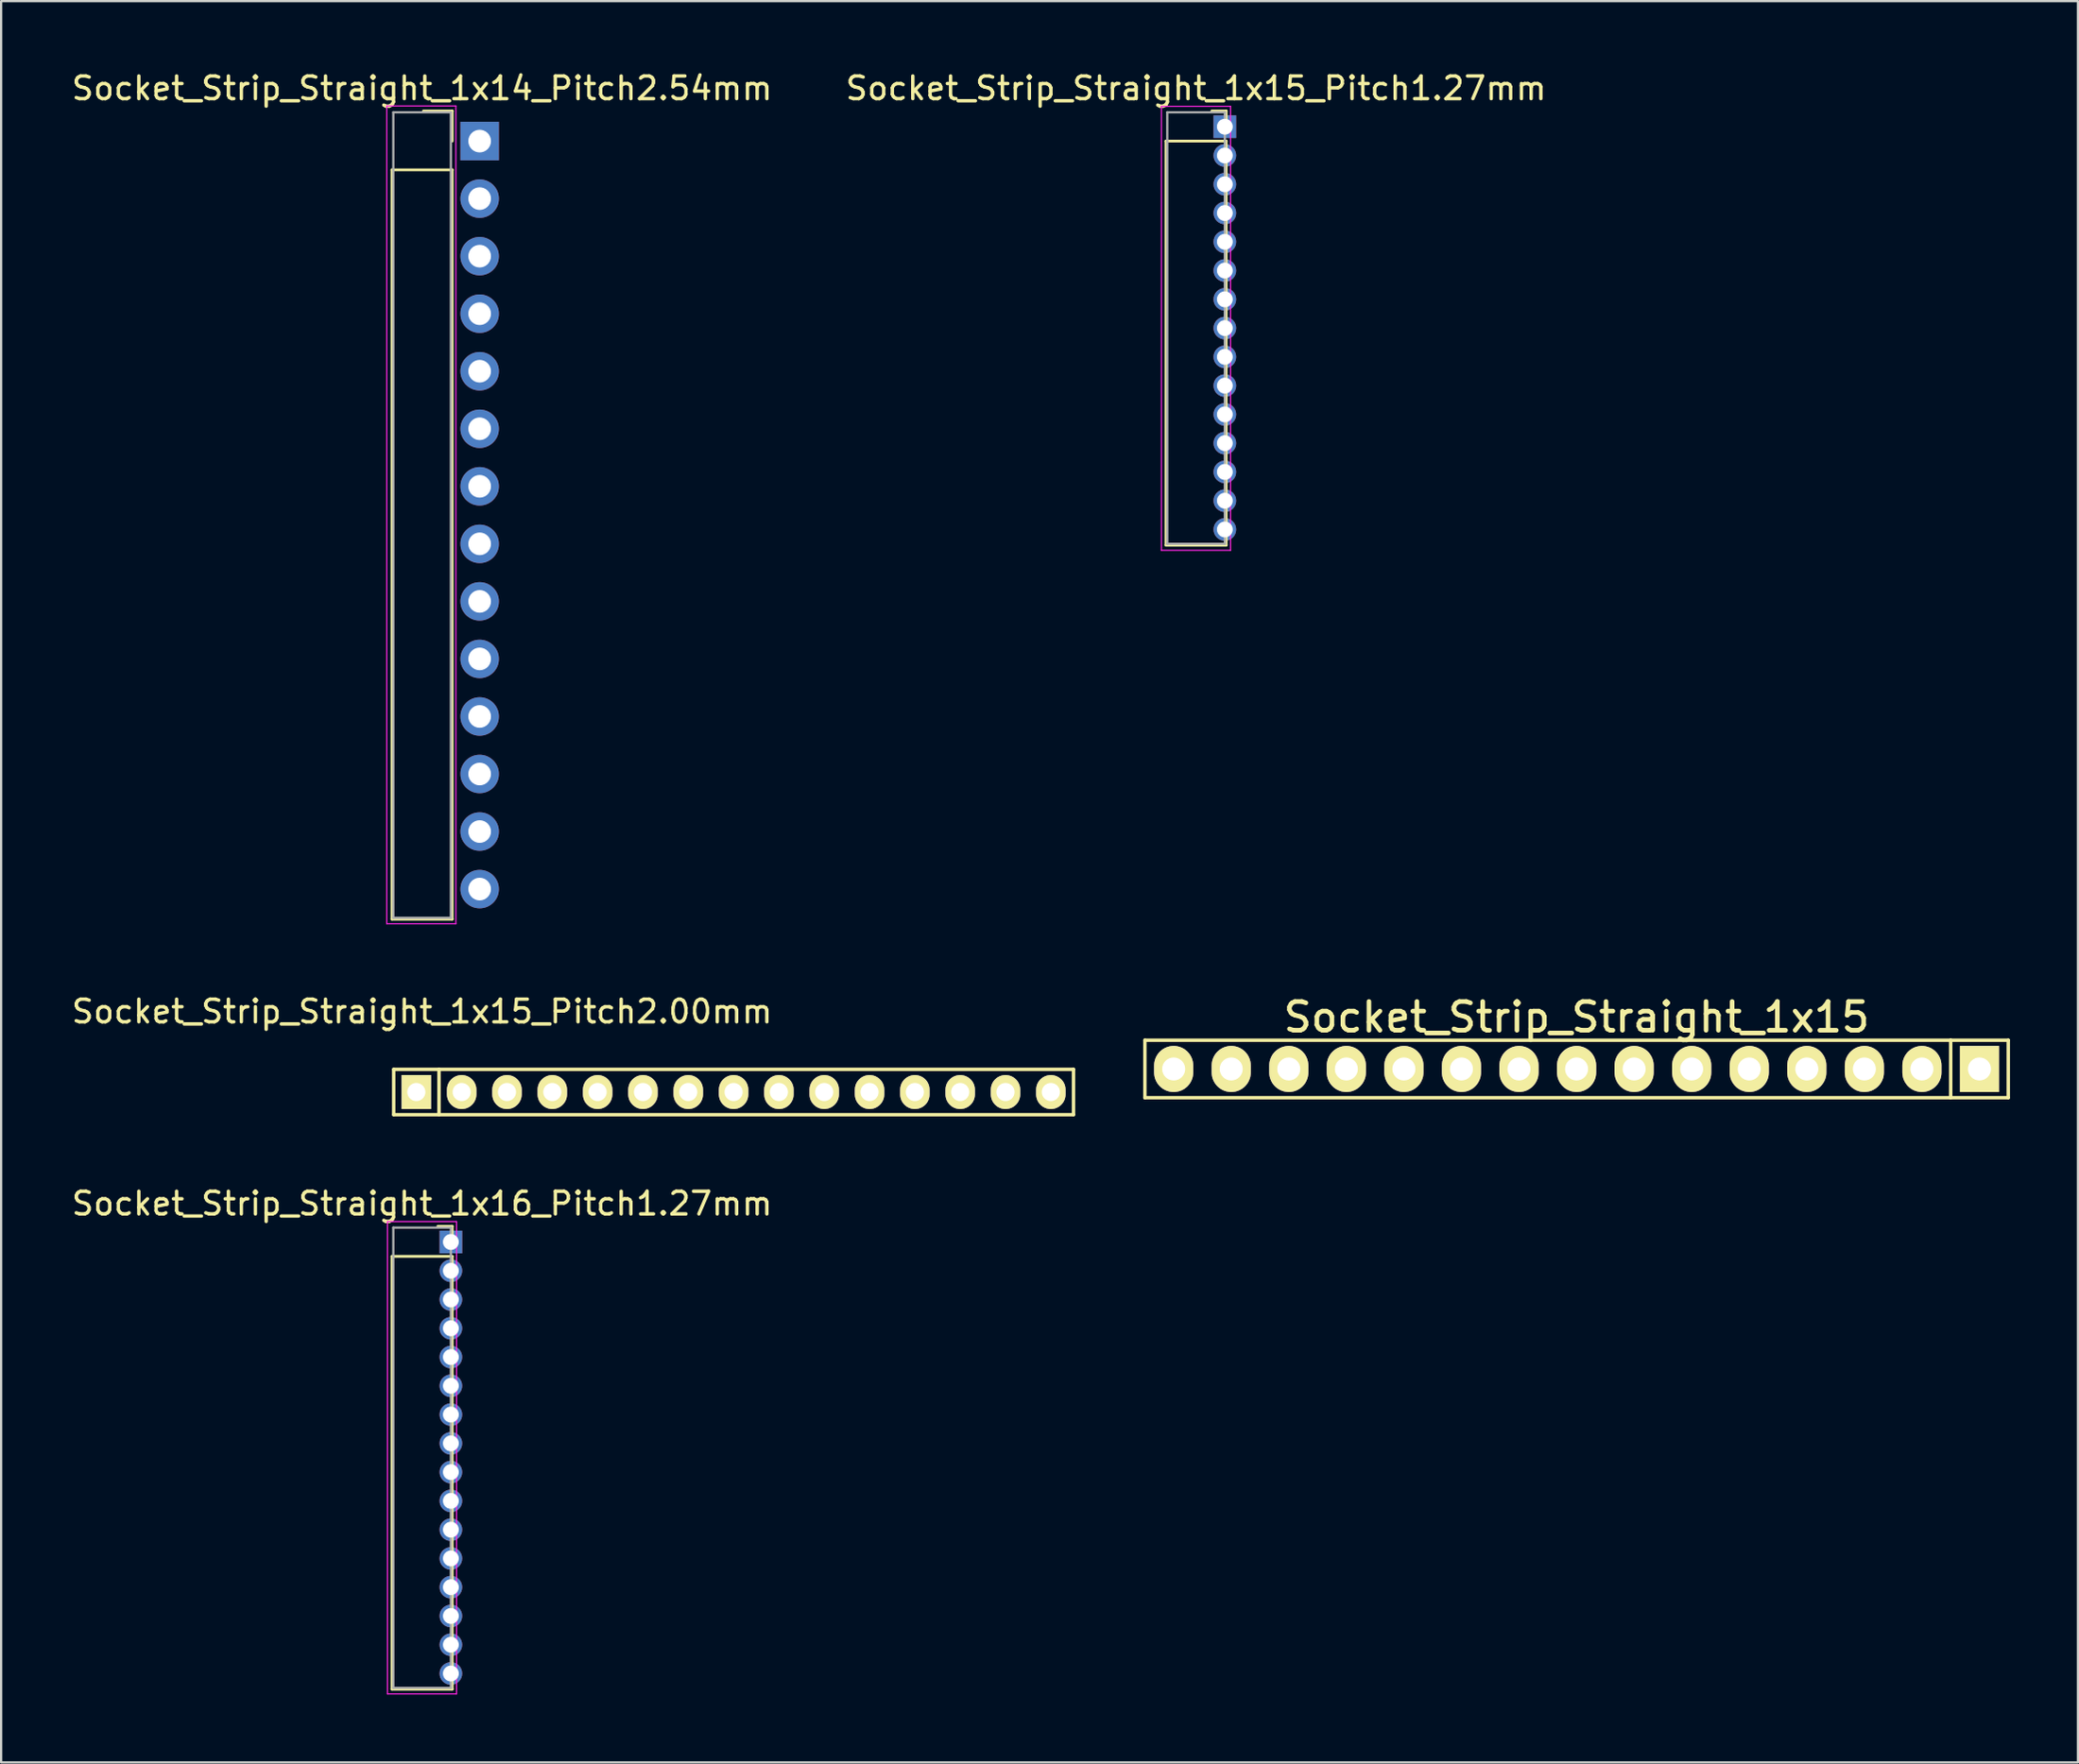
<source format=kicad_pcb>
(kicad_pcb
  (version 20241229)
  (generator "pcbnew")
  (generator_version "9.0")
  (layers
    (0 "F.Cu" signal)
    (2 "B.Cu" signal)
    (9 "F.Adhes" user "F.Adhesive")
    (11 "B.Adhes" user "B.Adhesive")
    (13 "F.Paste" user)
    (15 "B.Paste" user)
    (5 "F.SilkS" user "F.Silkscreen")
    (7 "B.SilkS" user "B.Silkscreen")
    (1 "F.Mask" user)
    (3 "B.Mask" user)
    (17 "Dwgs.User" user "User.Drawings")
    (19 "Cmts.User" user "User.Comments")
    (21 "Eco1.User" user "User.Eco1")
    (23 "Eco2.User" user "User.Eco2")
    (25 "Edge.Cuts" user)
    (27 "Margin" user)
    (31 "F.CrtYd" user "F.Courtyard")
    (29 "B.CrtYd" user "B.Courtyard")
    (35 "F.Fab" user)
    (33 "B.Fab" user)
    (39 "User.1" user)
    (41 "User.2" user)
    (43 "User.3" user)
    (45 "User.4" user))
  (footprint "Socket_Strip_Straight_1x15_Pitch1.27mm"
    (layer "F.Cu")
    (at 51.002 2.543)
    (property "Reference" "Socket_Strip_Straight_1x15_Pitch1.27mm" (at -1.27 -1.695 0) (layer "F.SilkS") (effects (font (size 1 1) (thickness 0.15))))
    (attr through_hole)
    (fp_line (start -2.6 0.635) (end -2.6 18.475) (stroke (width 0.12) (type solid)) (layer "F.SilkS"))
    (fp_line (start -2.6 18.475) (end 0.06 18.475) (stroke (width 0.12) (type solid)) (layer "F.SilkS"))
    (fp_line (start 0.06 -0.695) (end -0.575 -0.695) (stroke (width 0.12) (type solid)) (layer "F.SilkS"))
    (fp_line (start 0.06 0) (end 0.06 -0.695) (stroke (width 0.12) (type solid)) (layer "F.SilkS"))
    (fp_line (start 0.06 0.635) (end -2.6 0.635) (stroke (width 0.12) (type solid)) (layer "F.SilkS"))
    (fp_line (start 0.06 18.475) (end 0.06 0.635) (stroke (width 0.12) (type solid)) (layer "F.SilkS"))
    (fp_line (start -2.8 -0.9) (end -2.8 18.7) (stroke (width 0.05) (type solid)) (layer "F.CrtYd"))
    (fp_line (start -2.8 18.7) (end 0.25 18.7) (stroke (width 0.05) (type solid)) (layer "F.CrtYd"))
    (fp_line (start 0.25 -0.9) (end -2.8 -0.9) (stroke (width 0.05) (type solid)) (layer "F.CrtYd"))
    (fp_line (start 0.25 18.7) (end 0.25 -0.9) (stroke (width 0.05) (type solid)) (layer "F.CrtYd"))
    (fp_line (start -2.54 -0.635) (end -2.54 18.415) (stroke (width 0.1) (type solid)) (layer "F.Fab"))
    (fp_line (start -2.54 18.415) (end 0 18.415) (stroke (width 0.1) (type solid)) (layer "F.Fab"))
    (fp_line (start 0 -0.635) (end -2.54 -0.635) (stroke (width 0.1) (type solid)) (layer "F.Fab"))
    (fp_line (start 0 18.415) (end 0 -0.635) (stroke (width 0.1) (type solid)) (layer "F.Fab"))
    (pad "1" thru_hole rect (at 0 0) (size 1 1) (drill 0.7) (layers "*.Cu" "*.Mask"))
    (pad "2" thru_hole oval (at 0 1.27) (size 1 1) (drill 0.7) (layers "*.Cu" "*.Mask"))
    (pad "3" thru_hole oval (at 0 2.54) (size 1 1) (drill 0.7) (layers "*.Cu" "*.Mask"))
    (pad "4" thru_hole oval (at 0 3.81) (size 1 1) (drill 0.7) (layers "*.Cu" "*.Mask"))
    (pad "5" thru_hole oval (at 0 5.08) (size 1 1) (drill 0.7) (layers "*.Cu" "*.Mask"))
    (pad "6" thru_hole oval (at 0 6.35) (size 1 1) (drill 0.7) (layers "*.Cu" "*.Mask"))
    (pad "7" thru_hole oval (at 0 7.62) (size 1 1) (drill 0.7) (layers "*.Cu" "*.Mask"))
    (pad "8" thru_hole oval (at 0 8.89) (size 1 1) (drill 0.7) (layers "*.Cu" "*.Mask"))
    (pad "9" thru_hole oval (at 0 10.16) (size 1 1) (drill 0.7) (layers "*.Cu" "*.Mask"))
    (pad "10" thru_hole oval (at 0 11.43) (size 1 1) (drill 0.7) (layers "*.Cu" "*.Mask"))
    (pad "11" thru_hole oval (at 0 12.7) (size 1 1) (drill 0.7) (layers "*.Cu" "*.Mask"))
    (pad "12" thru_hole oval (at 0 13.97) (size 1 1) (drill 0.7) (layers "*.Cu" "*.Mask"))
    (pad "13" thru_hole oval (at 0 15.24) (size 1 1) (drill 0.7) (layers "*.Cu" "*.Mask"))
    (pad "14" thru_hole oval (at 0 16.51) (size 1 1) (drill 0.7) (layers "*.Cu" "*.Mask"))
    (pad "15" thru_hole oval (at 0 17.78) (size 1 1) (drill 0.7) (layers "*.Cu" "*.Mask")))
  (footprint "Socket_Strip_Straight_1x15_Pitch2.00mm"
    (layer "F.Cu")
    (at 15.323 45.157)
    (property "Reference" "Socket_Strip_Straight_1x15_Pitch2.00mm" (at 0.254 -3.556 0) (layer "F.SilkS") (effects (font (size 1 1) (thickness 0.15))))
    (attr through_hole)
    (fp_line (start -1 -1) (end 29 -1) (stroke (width 0.15) (type solid)) (layer "F.SilkS"))
    (fp_line (start -1 1) (end -1 -1) (stroke (width 0.15) (type solid)) (layer "F.SilkS"))
    (fp_line (start 1 -1) (end 1 1) (stroke (width 0.15) (type solid)) (layer "F.SilkS"))
    (fp_line (start 29 -1) (end 29 1) (stroke (width 0.15) (type solid)) (layer "F.SilkS"))
    (fp_line (start 29 1) (end -1 1) (stroke (width 0.15) (type solid)) (layer "F.SilkS"))
    (pad "1" thru_hole rect (at 0 0) (size 1.3 1.5) (drill 0.8) (layers "*.Cu" "*.Mask" "F.SilkS"))
    (pad "2" thru_hole oval (at 2 0) (size 1.3 1.5) (drill 0.8) (layers "*.Cu" "*.Mask" "F.SilkS"))
    (pad "3" thru_hole oval (at 4 0) (size 1.3 1.5) (drill 0.8) (layers "*.Cu" "*.Mask" "F.SilkS"))
    (pad "4" thru_hole oval (at 6 0) (size 1.3 1.5) (drill 0.8) (layers "*.Cu" "*.Mask" "F.SilkS"))
    (pad "5" thru_hole oval (at 8 0) (size 1.3 1.5) (drill 0.8) (layers "*.Cu" "*.Mask" "F.SilkS"))
    (pad "6" thru_hole oval (at 10 0) (size 1.3 1.5) (drill 0.8) (layers "*.Cu" "*.Mask" "F.SilkS"))
    (pad "7" thru_hole oval (at 12 0) (size 1.3 1.5) (drill 0.8) (layers "*.Cu" "*.Mask" "F.SilkS"))
    (pad "8" thru_hole oval (at 14 0) (size 1.3 1.5) (drill 0.8) (layers "*.Cu" "*.Mask" "F.SilkS"))
    (pad "9" thru_hole oval (at 16 0) (size 1.3 1.5) (drill 0.8) (layers "*.Cu" "*.Mask" "F.SilkS"))
    (pad "10" thru_hole oval (at 18 0) (size 1.3 1.5) (drill 0.8) (layers "*.Cu" "*.Mask" "F.SilkS"))
    (pad "11" thru_hole oval (at 20 0) (size 1.3 1.5) (drill 0.8) (layers "*.Cu" "*.Mask" "F.SilkS"))
    (pad "12" thru_hole oval (at 22 0) (size 1.3 1.5) (drill 0.8) (layers "*.Cu" "*.Mask" "F.SilkS"))
    (pad "13" thru_hole oval (at 24 0) (size 1.3 1.5) (drill 0.8) (layers "*.Cu" "*.Mask" "F.SilkS"))
    (pad "14" thru_hole oval (at 26 0) (size 1.3 1.5) (drill 0.8) (layers "*.Cu" "*.Mask" "F.SilkS"))
    (pad "15" thru_hole oval (at 28 0) (size 1.3 1.5) (drill 0.8) (layers "*.Cu" "*.Mask" "F.SilkS")))
  (footprint "Socket_Strip_Straight_1x15"
    (layer "F.Cu")
    (at 66.523 44.139)
    (property "Reference" "Socket_Strip_Straight_1x15" (at 0 -2.286 0) (layer "F.SilkS") (effects (font (size 1.27 1.27) (thickness 0.203))))
    (attr through_hole)
    (fp_line (start -19.05 -1.27) (end 16.51 -1.27) (stroke (width 0.15) (type solid)) (layer "F.SilkS"))
    (fp_line (start -19.05 1.27) (end -19.05 -1.27) (stroke (width 0.15) (type solid)) (layer "F.SilkS"))
    (fp_line (start 16.51 -1.27) (end 16.51 1.27) (stroke (width 0.15) (type solid)) (layer "F.SilkS"))
    (fp_line (start 16.51 1.27) (end -19.05 1.27) (stroke (width 0.15) (type solid)) (layer "F.SilkS"))
    (fp_line (start 19.05 -1.27) (end 16.51 -1.27) (stroke (width 0.15) (type solid)) (layer "F.SilkS"))
    (fp_line (start 19.05 -1.27) (end 19.05 1.27) (stroke (width 0.15) (type solid)) (layer "F.SilkS"))
    (fp_line (start 19.05 1.27) (end 16.51 1.27) (stroke (width 0.15) (type solid)) (layer "F.SilkS"))
    (pad "1" thru_hole rect (at 17.78 0 180) (size 1.727 2.032) (drill 1.016) (layers "*.Cu" "*.Mask" "F.SilkS"))
    (pad "2" thru_hole oval (at 15.24 0 180) (size 1.727 2.032) (drill 1.016) (layers "*.Cu" "*.Mask" "F.SilkS"))
    (pad "3" thru_hole oval (at 12.7 0 180) (size 1.727 2.032) (drill 1.016) (layers "*.Cu" "*.Mask" "F.SilkS"))
    (pad "4" thru_hole oval (at 10.16 0 180) (size 1.727 2.032) (drill 1.016) (layers "*.Cu" "*.Mask" "F.SilkS"))
    (pad "5" thru_hole oval (at 7.62 0 180) (size 1.727 2.032) (drill 1.016) (layers "*.Cu" "*.Mask" "F.SilkS"))
    (pad "6" thru_hole oval (at 5.08 0 180) (size 1.727 2.032) (drill 1.016) (layers "*.Cu" "*.Mask" "F.SilkS"))
    (pad "7" thru_hole oval (at 2.54 0 180) (size 1.727 2.032) (drill 1.016) (layers "*.Cu" "*.Mask" "F.SilkS"))
    (pad "8" thru_hole oval (at 0 0 180) (size 1.727 2.032) (drill 1.016) (layers "*.Cu" "*.Mask" "F.SilkS"))
    (pad "9" thru_hole oval (at -2.54 0 180) (size 1.727 2.032) (drill 1.016) (layers "*.Cu" "*.Mask" "F.SilkS"))
    (pad "10" thru_hole oval (at -5.08 0 180) (size 1.727 2.032) (drill 1.016) (layers "*.Cu" "*.Mask" "F.SilkS"))
    (pad "11" thru_hole oval (at -7.62 0 180) (size 1.727 2.032) (drill 1.016) (layers "*.Cu" "*.Mask" "F.SilkS"))
    (pad "12" thru_hole oval (at -10.16 0 180) (size 1.727 2.032) (drill 1.016) (layers "*.Cu" "*.Mask" "F.SilkS"))
    (pad "13" thru_hole oval (at -12.7 0 180) (size 1.727 2.032) (drill 1.016) (layers "*.Cu" "*.Mask" "F.SilkS"))
    (pad "14" thru_hole oval (at -15.24 0 180) (size 1.727 2.032) (drill 1.016) (layers "*.Cu" "*.Mask" "F.SilkS"))
    (pad "15" thru_hole oval (at -17.78 0 180) (size 1.727 2.032) (drill 1.016) (layers "*.Cu" "*.Mask" "F.SilkS")))
  (footprint "Socket_Strip_Straight_1x14_Pitch2.54mm"
    (layer "F.Cu")
    (at 18.117 3.178)
    (property "Reference" "Socket_Strip_Straight_1x14_Pitch2.54mm" (at -2.54 -2.33 0) (layer "F.SilkS") (effects (font (size 1 1) (thickness 0.15))))
    (attr through_hole)
    (fp_line (start -3.87 1.27) (end -3.87 34.35) (stroke (width 0.12) (type solid)) (layer "F.SilkS"))
    (fp_line (start -3.87 34.35) (end -1.21 34.35) (stroke (width 0.12) (type solid)) (layer "F.SilkS"))
    (fp_line (start -1.21 -1.33) (end -2.48 -1.33) (stroke (width 0.12) (type solid)) (layer "F.SilkS"))
    (fp_line (start -1.21 0) (end -1.21 -1.33) (stroke (width 0.12) (type solid)) (layer "F.SilkS"))
    (fp_line (start -1.21 1.27) (end -3.87 1.27) (stroke (width 0.12) (type solid)) (layer "F.SilkS"))
    (fp_line (start -1.21 34.35) (end -1.21 1.27) (stroke (width 0.12) (type solid)) (layer "F.SilkS"))
    (fp_line (start -4.1 -1.55) (end -4.1 34.55) (stroke (width 0.05) (type solid)) (layer "F.CrtYd"))
    (fp_line (start -4.1 34.55) (end -1.05 34.55) (stroke (width 0.05) (type solid)) (layer "F.CrtYd"))
    (fp_line (start -1.05 -1.55) (end -4.1 -1.55) (stroke (width 0.05) (type solid)) (layer "F.CrtYd"))
    (fp_line (start -1.05 34.55) (end -1.05 -1.55) (stroke (width 0.05) (type solid)) (layer "F.CrtYd"))
    (fp_line (start -3.81 -1.27) (end -3.81 34.29) (stroke (width 0.1) (type solid)) (layer "F.Fab"))
    (fp_line (start -3.81 34.29) (end -1.27 34.29) (stroke (width 0.1) (type solid)) (layer "F.Fab"))
    (fp_line (start -1.27 -1.27) (end -3.81 -1.27) (stroke (width 0.1) (type solid)) (layer "F.Fab"))
    (fp_line (start -1.27 34.29) (end -1.27 -1.27) (stroke (width 0.1) (type solid)) (layer "F.Fab"))
    (pad "1" thru_hole rect (at 0 0) (size 1.7 1.7) (drill 1) (layers "*.Cu" "*.Mask"))
    (pad "2" thru_hole oval (at 0 2.54) (size 1.7 1.7) (drill 1) (layers "*.Cu" "*.Mask"))
    (pad "3" thru_hole oval (at 0 5.08) (size 1.7 1.7) (drill 1) (layers "*.Cu" "*.Mask"))
    (pad "4" thru_hole oval (at 0 7.62) (size 1.7 1.7) (drill 1) (layers "*.Cu" "*.Mask"))
    (pad "5" thru_hole oval (at 0 10.16) (size 1.7 1.7) (drill 1) (layers "*.Cu" "*.Mask"))
    (pad "6" thru_hole oval (at 0 12.7) (size 1.7 1.7) (drill 1) (layers "*.Cu" "*.Mask"))
    (pad "7" thru_hole oval (at 0 15.24) (size 1.7 1.7) (drill 1) (layers "*.Cu" "*.Mask"))
    (pad "8" thru_hole oval (at 0 17.78) (size 1.7 1.7) (drill 1) (layers "*.Cu" "*.Mask"))
    (pad "9" thru_hole oval (at 0 20.32) (size 1.7 1.7) (drill 1) (layers "*.Cu" "*.Mask"))
    (pad "10" thru_hole oval (at 0 22.86) (size 1.7 1.7) (drill 1) (layers "*.Cu" "*.Mask"))
    (pad "11" thru_hole oval (at 0 25.4) (size 1.7 1.7) (drill 1) (layers "*.Cu" "*.Mask"))
    (pad "12" thru_hole oval (at 0 27.94) (size 1.7 1.7) (drill 1) (layers "*.Cu" "*.Mask"))
    (pad "13" thru_hole oval (at 0 30.48) (size 1.7 1.7) (drill 1) (layers "*.Cu" "*.Mask"))
    (pad "14" thru_hole oval (at 0 33.02) (size 1.7 1.7) (drill 1) (layers "*.Cu" "*.Mask")))
  (footprint "Socket_Strip_Straight_1x16_Pitch1.27mm"
    (layer "F.Cu")
    (at 16.847 51.776)
    (property "Reference" "Socket_Strip_Straight_1x16_Pitch1.27mm" (at -1.27 -1.695 0) (layer "F.SilkS") (effects (font (size 1 1) (thickness 0.15))))
    (attr through_hole)
    (fp_line (start -2.6 0.635) (end -2.6 19.745) (stroke (width 0.12) (type solid)) (layer "F.SilkS"))
    (fp_line (start -2.6 19.745) (end 0.06 19.745) (stroke (width 0.12) (type solid)) (layer "F.SilkS"))
    (fp_line (start 0.06 -0.695) (end -0.575 -0.695) (stroke (width 0.12) (type solid)) (layer "F.SilkS"))
    (fp_line (start 0.06 0) (end 0.06 -0.695) (stroke (width 0.12) (type solid)) (layer "F.SilkS"))
    (fp_line (start 0.06 0.635) (end -2.6 0.635) (stroke (width 0.12) (type solid)) (layer "F.SilkS"))
    (fp_line (start 0.06 19.745) (end 0.06 0.635) (stroke (width 0.12) (type solid)) (layer "F.SilkS"))
    (fp_line (start -2.8 -0.9) (end -2.8 19.95) (stroke (width 0.05) (type solid)) (layer "F.CrtYd"))
    (fp_line (start -2.8 19.95) (end 0.25 19.95) (stroke (width 0.05) (type solid)) (layer "F.CrtYd"))
    (fp_line (start 0.25 -0.9) (end -2.8 -0.9) (stroke (width 0.05) (type solid)) (layer "F.CrtYd"))
    (fp_line (start 0.25 19.95) (end 0.25 -0.9) (stroke (width 0.05) (type solid)) (layer "F.CrtYd"))
    (fp_line (start -2.54 -0.635) (end -2.54 19.685) (stroke (width 0.1) (type solid)) (layer "F.Fab"))
    (fp_line (start -2.54 19.685) (end 0 19.685) (stroke (width 0.1) (type solid)) (layer "F.Fab"))
    (fp_line (start 0 -0.635) (end -2.54 -0.635) (stroke (width 0.1) (type solid)) (layer "F.Fab"))
    (fp_line (start 0 19.685) (end 0 -0.635) (stroke (width 0.1) (type solid)) (layer "F.Fab"))
    (pad "1" thru_hole rect (at 0 0) (size 1 1) (drill 0.7) (layers "*.Cu" "*.Mask"))
    (pad "2" thru_hole oval (at 0 1.27) (size 1 1) (drill 0.7) (layers "*.Cu" "*.Mask"))
    (pad "3" thru_hole oval (at 0 2.54) (size 1 1) (drill 0.7) (layers "*.Cu" "*.Mask"))
    (pad "4" thru_hole oval (at 0 3.81) (size 1 1) (drill 0.7) (layers "*.Cu" "*.Mask"))
    (pad "5" thru_hole oval (at 0 5.08) (size 1 1) (drill 0.7) (layers "*.Cu" "*.Mask"))
    (pad "6" thru_hole oval (at 0 6.35) (size 1 1) (drill 0.7) (layers "*.Cu" "*.Mask"))
    (pad "7" thru_hole oval (at 0 7.62) (size 1 1) (drill 0.7) (layers "*.Cu" "*.Mask"))
    (pad "8" thru_hole oval (at 0 8.89) (size 1 1) (drill 0.7) (layers "*.Cu" "*.Mask"))
    (pad "9" thru_hole oval (at 0 10.16) (size 1 1) (drill 0.7) (layers "*.Cu" "*.Mask"))
    (pad "10" thru_hole oval (at 0 11.43) (size 1 1) (drill 0.7) (layers "*.Cu" "*.Mask"))
    (pad "11" thru_hole oval (at 0 12.7) (size 1 1) (drill 0.7) (layers "*.Cu" "*.Mask"))
    (pad "12" thru_hole oval (at 0 13.97) (size 1 1) (drill 0.7) (layers "*.Cu" "*.Mask"))
    (pad "13" thru_hole oval (at 0 15.24) (size 1 1) (drill 0.7) (layers "*.Cu" "*.Mask"))
    (pad "14" thru_hole oval (at 0 16.51) (size 1 1) (drill 0.7) (layers "*.Cu" "*.Mask"))
    (pad "15" thru_hole oval (at 0 17.78) (size 1 1) (drill 0.7) (layers "*.Cu" "*.Mask"))
    (pad "16" thru_hole oval (at 0 19.05) (size 1 1) (drill 0.7) (layers "*.Cu" "*.Mask")))
  (gr_rect
    (start -3 -3)
    (end 88.648 74.751)
    (stroke (width 0.1) (type default))
    (fill no)
    (layer "Edge.Cuts")))
</source>
